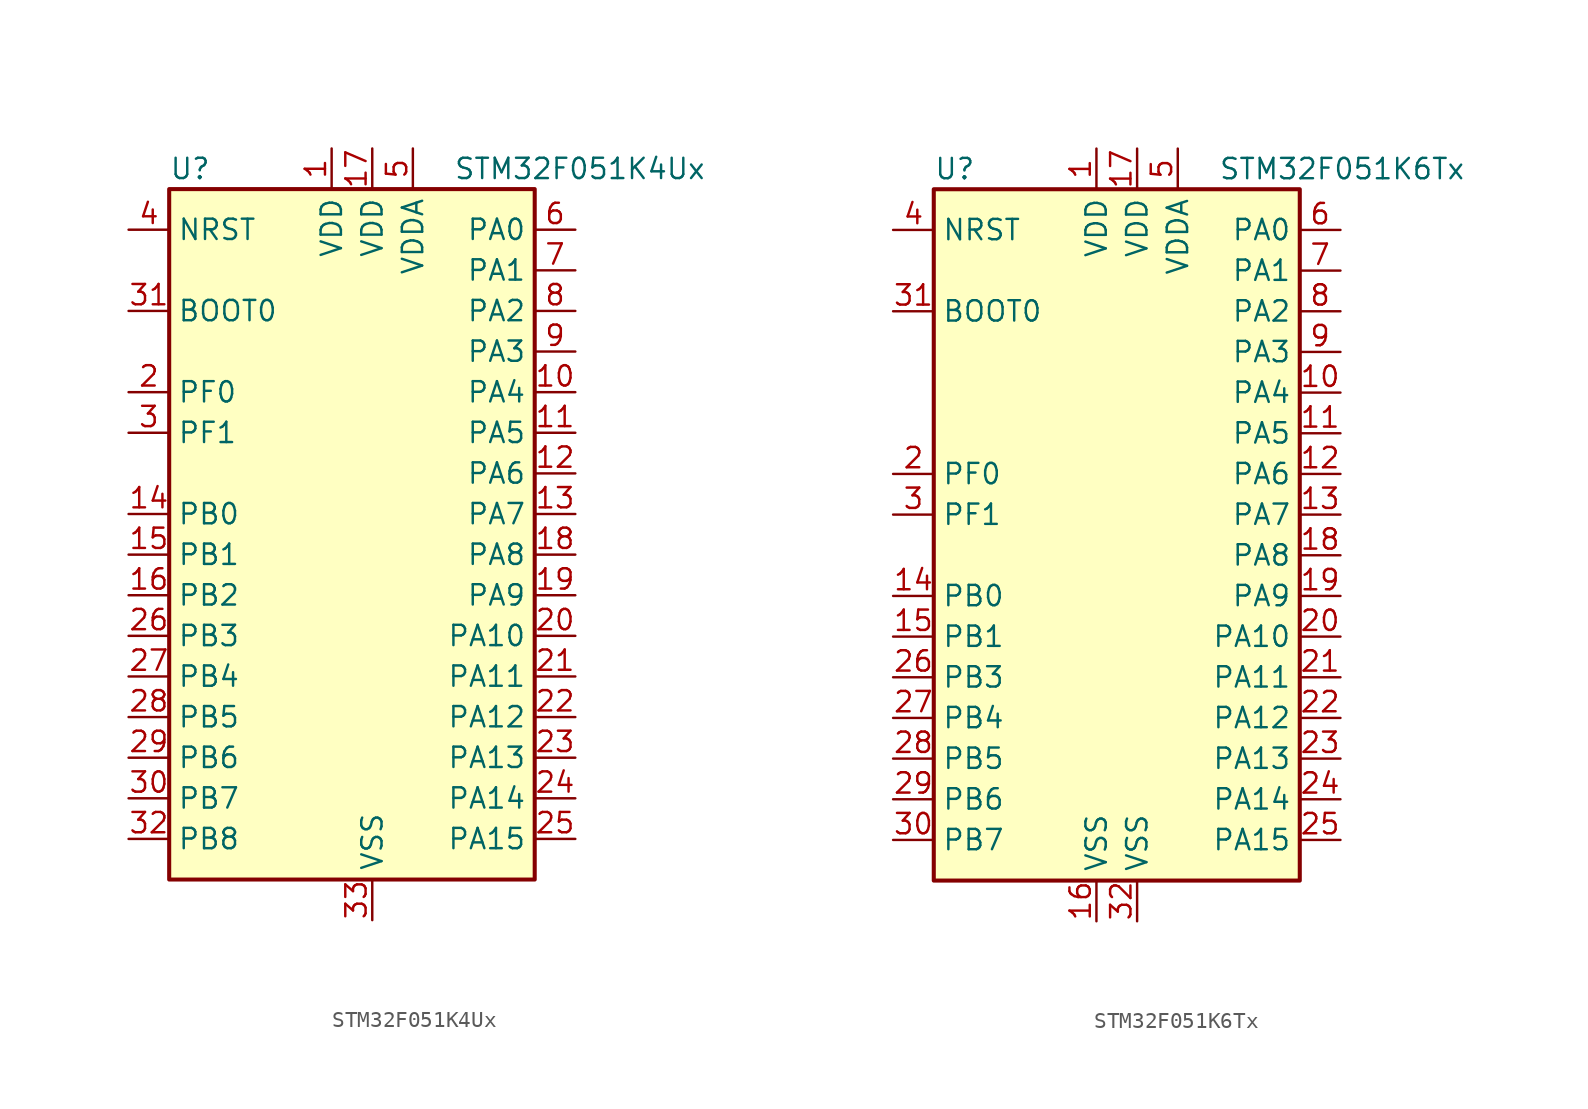
<source format=kicad_sym>
(kicad_symbol_lib
  (version 20201005)
  (generator kicad_symbol_editor)
  (symbol "STM32F051K4Ux"
    (property "Reference" "U"
      (at -12.7 21.59 0)
      (effects (font (size 1.27 1.27)) (justify left)))
    (property "Value" "STM32F051K4Ux"
      (at 5.08 21.59 0)
      (effects (font (size 1.27 1.27)) (justify left)))
    (symbol "STM32F051K4Ux_0_1"
      (rectangle (start -12.7 -22.86) (end 10.16 20.32) (stroke (width 0.254)) (fill (type background))))
    (symbol "STM32F051K4Ux_1_1"
      (pin input line (at -15.24 12.7 0) (length 2.54) (name "BOOT0" (effects (font (size 1.27 1.27)))) (number "31" (effects (font (size 1.27 1.27)))))
      (pin input line (at -15.24 17.78 0) (length 2.54) (name "NRST" (effects (font (size 1.27 1.27)))) (number "4" (effects (font (size 1.27 1.27)))))
      (pin bidirectional line (at 12.7 17.78 180) (length 2.54) (name "PA0" (effects (font (size 1.27 1.27)))) (number "6" (effects (font (size 1.27 1.27)))))
      (pin bidirectional line (at 12.7 15.24 180) (length 2.54) (name "PA1" (effects (font (size 1.27 1.27)))) (number "7" (effects (font (size 1.27 1.27)))))
      (pin bidirectional line (at 12.7 -7.62 180) (length 2.54) (name "PA10" (effects (font (size 1.27 1.27)))) (number "20" (effects (font (size 1.27 1.27)))))
      (pin bidirectional line (at 12.7 -10.16 180) (length 2.54) (name "PA11" (effects (font (size 1.27 1.27)))) (number "21" (effects (font (size 1.27 1.27)))))
      (pin bidirectional line (at 12.7 -12.7 180) (length 2.54) (name "PA12" (effects (font (size 1.27 1.27)))) (number "22" (effects (font (size 1.27 1.27)))))
      (pin bidirectional line (at 12.7 -15.24 180) (length 2.54) (name "PA13" (effects (font (size 1.27 1.27)))) (number "23" (effects (font (size 1.27 1.27)))))
      (pin bidirectional line (at 12.7 -17.78 180) (length 2.54) (name "PA14" (effects (font (size 1.27 1.27)))) (number "24" (effects (font (size 1.27 1.27)))))
      (pin bidirectional line (at 12.7 -20.32 180) (length 2.54) (name "PA15" (effects (font (size 1.27 1.27)))) (number "25" (effects (font (size 1.27 1.27)))))
      (pin bidirectional line (at 12.7 12.7 180) (length 2.54) (name "PA2" (effects (font (size 1.27 1.27)))) (number "8" (effects (font (size 1.27 1.27)))))
      (pin bidirectional line (at 12.7 10.16 180) (length 2.54) (name "PA3" (effects (font (size 1.27 1.27)))) (number "9" (effects (font (size 1.27 1.27)))))
      (pin bidirectional line (at 12.7 7.62 180) (length 2.54) (name "PA4" (effects (font (size 1.27 1.27)))) (number "10" (effects (font (size 1.27 1.27)))))
      (pin bidirectional line (at 12.7 5.08 180) (length 2.54) (name "PA5" (effects (font (size 1.27 1.27)))) (number "11" (effects (font (size 1.27 1.27)))))
      (pin bidirectional line (at 12.7 2.54 180) (length 2.54) (name "PA6" (effects (font (size 1.27 1.27)))) (number "12" (effects (font (size 1.27 1.27)))))
      (pin bidirectional line (at 12.7 0 180) (length 2.54) (name "PA7" (effects (font (size 1.27 1.27)))) (number "13" (effects (font (size 1.27 1.27)))))
      (pin bidirectional line (at 12.7 -2.54 180) (length 2.54) (name "PA8" (effects (font (size 1.27 1.27)))) (number "18" (effects (font (size 1.27 1.27)))))
      (pin bidirectional line (at 12.7 -5.08 180) (length 2.54) (name "PA9" (effects (font (size 1.27 1.27)))) (number "19" (effects (font (size 1.27 1.27)))))
      (pin bidirectional line (at -15.24 0 0) (length 2.54) (name "PB0" (effects (font (size 1.27 1.27)))) (number "14" (effects (font (size 1.27 1.27)))))
      (pin bidirectional line (at -15.24 -2.54 0) (length 2.54) (name "PB1" (effects (font (size 1.27 1.27)))) (number "15" (effects (font (size 1.27 1.27)))))
      (pin bidirectional line (at -15.24 -5.08 0) (length 2.54) (name "PB2" (effects (font (size 1.27 1.27)))) (number "16" (effects (font (size 1.27 1.27)))))
      (pin bidirectional line (at -15.24 -7.62 0) (length 2.54) (name "PB3" (effects (font (size 1.27 1.27)))) (number "26" (effects (font (size 1.27 1.27)))))
      (pin bidirectional line (at -15.24 -10.16 0) (length 2.54) (name "PB4" (effects (font (size 1.27 1.27)))) (number "27" (effects (font (size 1.27 1.27)))))
      (pin bidirectional line (at -15.24 -12.7 0) (length 2.54) (name "PB5" (effects (font (size 1.27 1.27)))) (number "28" (effects (font (size 1.27 1.27)))))
      (pin bidirectional line (at -15.24 -15.24 0) (length 2.54) (name "PB6" (effects (font (size 1.27 1.27)))) (number "29" (effects (font (size 1.27 1.27)))))
      (pin bidirectional line (at -15.24 -17.78 0) (length 2.54) (name "PB7" (effects (font (size 1.27 1.27)))) (number "30" (effects (font (size 1.27 1.27)))))
      (pin bidirectional line (at -15.24 -20.32 0) (length 2.54) (name "PB8" (effects (font (size 1.27 1.27)))) (number "32" (effects (font (size 1.27 1.27)))))
      (pin input line (at -15.24 7.62 0) (length 2.54) (name "PF0" (effects (font (size 1.27 1.27)))) (number "2" (effects (font (size 1.27 1.27)))))
      (pin input line (at -15.24 5.08 0) (length 2.54) (name "PF1" (effects (font (size 1.27 1.27)))) (number "3" (effects (font (size 1.27 1.27)))))
      (pin power_in line (at -2.54 22.86 270) (length 2.54) (name "VDD" (effects (font (size 1.27 1.27)))) (number "1" (effects (font (size 1.27 1.27)))))
      (pin power_in line (at 0 22.86 270) (length 2.54) (name "VDD" (effects (font (size 1.27 1.27)))) (number "17" (effects (font (size 1.27 1.27)))))
      (pin power_in line (at 2.54 22.86 270) (length 2.54) (name "VDDA" (effects (font (size 1.27 1.27)))) (number "5" (effects (font (size 1.27 1.27)))))
      (pin power_in line (at 0 -25.4 90) (length 2.54) (name "VSS" (effects (font (size 1.27 1.27)))) (number "33" (effects (font (size 1.27 1.27)))))))
  (symbol "STM32F051K6Tx"
    (property "Reference" "U"
      (at -12.7 21.59 0)
      (effects (font (size 1.27 1.27)) (justify left)))
    (property "Value" "STM32F051K6Tx"
      (at 5.08 21.59 0)
      (effects (font (size 1.27 1.27)) (justify left)))
    (symbol "STM32F051K6Tx_0_1"
      (rectangle (start -12.7 -22.86) (end 10.16 20.32) (stroke (width 0.254)) (fill (type background))))
    (symbol "STM32F051K6Tx_1_1"
      (pin input line (at -15.24 12.7 0) (length 2.54) (name "BOOT0" (effects (font (size 1.27 1.27)))) (number "31" (effects (font (size 1.27 1.27)))))
      (pin input line (at -15.24 17.78 0) (length 2.54) (name "NRST" (effects (font (size 1.27 1.27)))) (number "4" (effects (font (size 1.27 1.27)))))
      (pin bidirectional line (at 12.7 17.78 180) (length 2.54) (name "PA0" (effects (font (size 1.27 1.27)))) (number "6" (effects (font (size 1.27 1.27)))))
      (pin bidirectional line (at 12.7 15.24 180) (length 2.54) (name "PA1" (effects (font (size 1.27 1.27)))) (number "7" (effects (font (size 1.27 1.27)))))
      (pin bidirectional line (at 12.7 -7.62 180) (length 2.54) (name "PA10" (effects (font (size 1.27 1.27)))) (number "20" (effects (font (size 1.27 1.27)))))
      (pin bidirectional line (at 12.7 -10.16 180) (length 2.54) (name "PA11" (effects (font (size 1.27 1.27)))) (number "21" (effects (font (size 1.27 1.27)))))
      (pin bidirectional line (at 12.7 -12.7 180) (length 2.54) (name "PA12" (effects (font (size 1.27 1.27)))) (number "22" (effects (font (size 1.27 1.27)))))
      (pin bidirectional line (at 12.7 -15.24 180) (length 2.54) (name "PA13" (effects (font (size 1.27 1.27)))) (number "23" (effects (font (size 1.27 1.27)))))
      (pin bidirectional line (at 12.7 -17.78 180) (length 2.54) (name "PA14" (effects (font (size 1.27 1.27)))) (number "24" (effects (font (size 1.27 1.27)))))
      (pin bidirectional line (at 12.7 -20.32 180) (length 2.54) (name "PA15" (effects (font (size 1.27 1.27)))) (number "25" (effects (font (size 1.27 1.27)))))
      (pin bidirectional line (at 12.7 12.7 180) (length 2.54) (name "PA2" (effects (font (size 1.27 1.27)))) (number "8" (effects (font (size 1.27 1.27)))))
      (pin bidirectional line (at 12.7 10.16 180) (length 2.54) (name "PA3" (effects (font (size 1.27 1.27)))) (number "9" (effects (font (size 1.27 1.27)))))
      (pin bidirectional line (at 12.7 7.62 180) (length 2.54) (name "PA4" (effects (font (size 1.27 1.27)))) (number "10" (effects (font (size 1.27 1.27)))))
      (pin bidirectional line (at 12.7 5.08 180) (length 2.54) (name "PA5" (effects (font (size 1.27 1.27)))) (number "11" (effects (font (size 1.27 1.27)))))
      (pin bidirectional line (at 12.7 2.54 180) (length 2.54) (name "PA6" (effects (font (size 1.27 1.27)))) (number "12" (effects (font (size 1.27 1.27)))))
      (pin bidirectional line (at 12.7 0 180) (length 2.54) (name "PA7" (effects (font (size 1.27 1.27)))) (number "13" (effects (font (size 1.27 1.27)))))
      (pin bidirectional line (at 12.7 -2.54 180) (length 2.54) (name "PA8" (effects (font (size 1.27 1.27)))) (number "18" (effects (font (size 1.27 1.27)))))
      (pin bidirectional line (at 12.7 -5.08 180) (length 2.54) (name "PA9" (effects (font (size 1.27 1.27)))) (number "19" (effects (font (size 1.27 1.27)))))
      (pin bidirectional line (at -15.24 -5.08 0) (length 2.54) (name "PB0" (effects (font (size 1.27 1.27)))) (number "14" (effects (font (size 1.27 1.27)))))
      (pin bidirectional line (at -15.24 -7.62 0) (length 2.54) (name "PB1" (effects (font (size 1.27 1.27)))) (number "15" (effects (font (size 1.27 1.27)))))
      (pin bidirectional line (at -15.24 -10.16 0) (length 2.54) (name "PB3" (effects (font (size 1.27 1.27)))) (number "26" (effects (font (size 1.27 1.27)))))
      (pin bidirectional line (at -15.24 -12.7 0) (length 2.54) (name "PB4" (effects (font (size 1.27 1.27)))) (number "27" (effects (font (size 1.27 1.27)))))
      (pin bidirectional line (at -15.24 -15.24 0) (length 2.54) (name "PB5" (effects (font (size 1.27 1.27)))) (number "28" (effects (font (size 1.27 1.27)))))
      (pin bidirectional line (at -15.24 -17.78 0) (length 2.54) (name "PB6" (effects (font (size 1.27 1.27)))) (number "29" (effects (font (size 1.27 1.27)))))
      (pin bidirectional line (at -15.24 -20.32 0) (length 2.54) (name "PB7" (effects (font (size 1.27 1.27)))) (number "30" (effects (font (size 1.27 1.27)))))
      (pin input line (at -15.24 2.54 0) (length 2.54) (name "PF0" (effects (font (size 1.27 1.27)))) (number "2" (effects (font (size 1.27 1.27)))))
      (pin input line (at -15.24 0 0) (length 2.54) (name "PF1" (effects (font (size 1.27 1.27)))) (number "3" (effects (font (size 1.27 1.27)))))
      (pin power_in line (at -2.54 22.86 270) (length 2.54) (name "VDD" (effects (font (size 1.27 1.27)))) (number "1" (effects (font (size 1.27 1.27)))))
      (pin power_in line (at 0 22.86 270) (length 2.54) (name "VDD" (effects (font (size 1.27 1.27)))) (number "17" (effects (font (size 1.27 1.27)))))
      (pin power_in line (at 2.54 22.86 270) (length 2.54) (name "VDDA" (effects (font (size 1.27 1.27)))) (number "5" (effects (font (size 1.27 1.27)))))
      (pin power_in line (at -2.54 -25.4 90) (length 2.54) (name "VSS" (effects (font (size 1.27 1.27)))) (number "16" (effects (font (size 1.27 1.27)))))
      (pin power_in line (at 0 -25.4 90) (length 2.54) (name "VSS" (effects (font (size 1.27 1.27)))) (number "32" (effects (font (size 1.27 1.27))))))))
</source>
